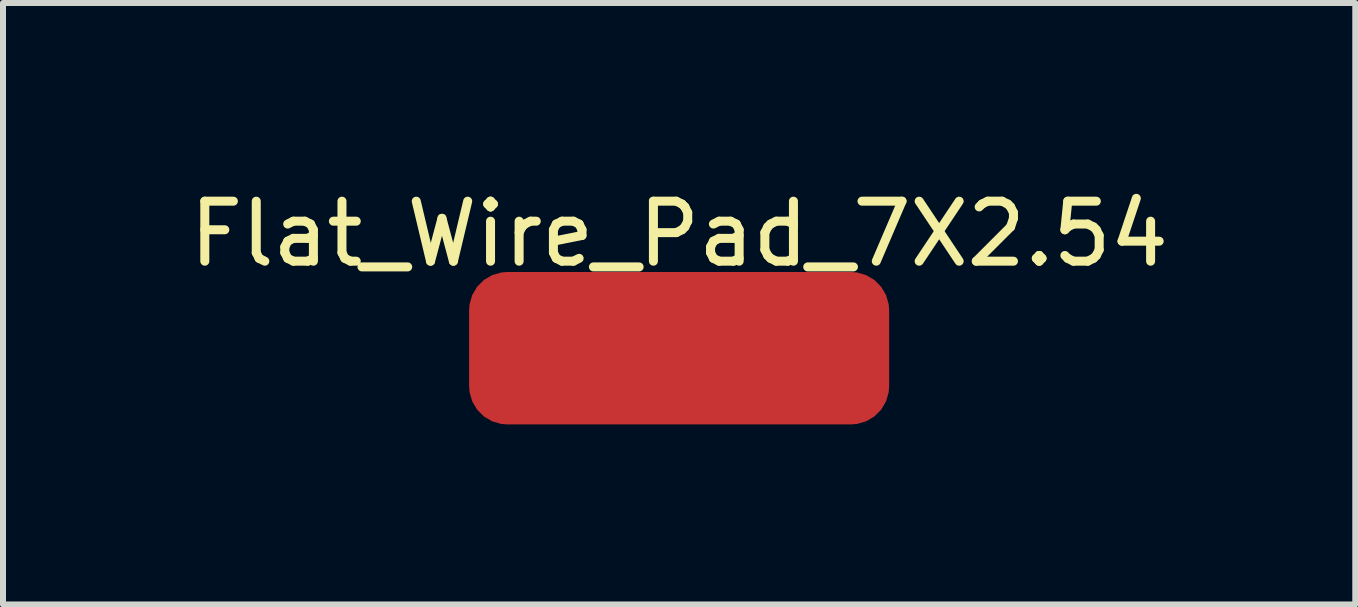
<source format=kicad_pcb>
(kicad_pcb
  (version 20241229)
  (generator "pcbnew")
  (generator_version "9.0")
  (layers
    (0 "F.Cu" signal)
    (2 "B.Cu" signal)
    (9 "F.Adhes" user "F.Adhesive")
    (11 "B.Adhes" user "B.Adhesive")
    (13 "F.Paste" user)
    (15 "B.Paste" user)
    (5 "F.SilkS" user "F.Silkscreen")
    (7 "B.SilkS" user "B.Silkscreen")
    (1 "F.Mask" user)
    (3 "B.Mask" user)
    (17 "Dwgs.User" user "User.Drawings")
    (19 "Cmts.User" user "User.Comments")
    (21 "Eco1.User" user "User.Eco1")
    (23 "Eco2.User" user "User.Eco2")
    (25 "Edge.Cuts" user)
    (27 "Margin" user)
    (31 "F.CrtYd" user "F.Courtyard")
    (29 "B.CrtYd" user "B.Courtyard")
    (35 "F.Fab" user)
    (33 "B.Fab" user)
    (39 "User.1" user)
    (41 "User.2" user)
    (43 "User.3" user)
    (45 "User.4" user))
  (footprint "Flat_Wire_Pad_7X2.54"
    (layer "F.Cu")
    (at 8.268 2.753)
    (property "Reference" "Flat_Wire_Pad_7X2.54" (at 0 -1.905 0) (unlocked yes) (layer "F.SilkS") (effects (font (size 1 1) (thickness 0.15))))
    (attr smd)
    (pad "1" smd roundrect (at 0 0) (size 7 2.54) (layers "F.Cu" "F.Mask" "F.Paste") (roundrect_rratio 0.25)))
  (gr_rect
    (start -3 -3)
    (end 19.536 7.023)
    (stroke (width 0.1) (type default))
    (fill no)
    (layer "Edge.Cuts")))
</source>
